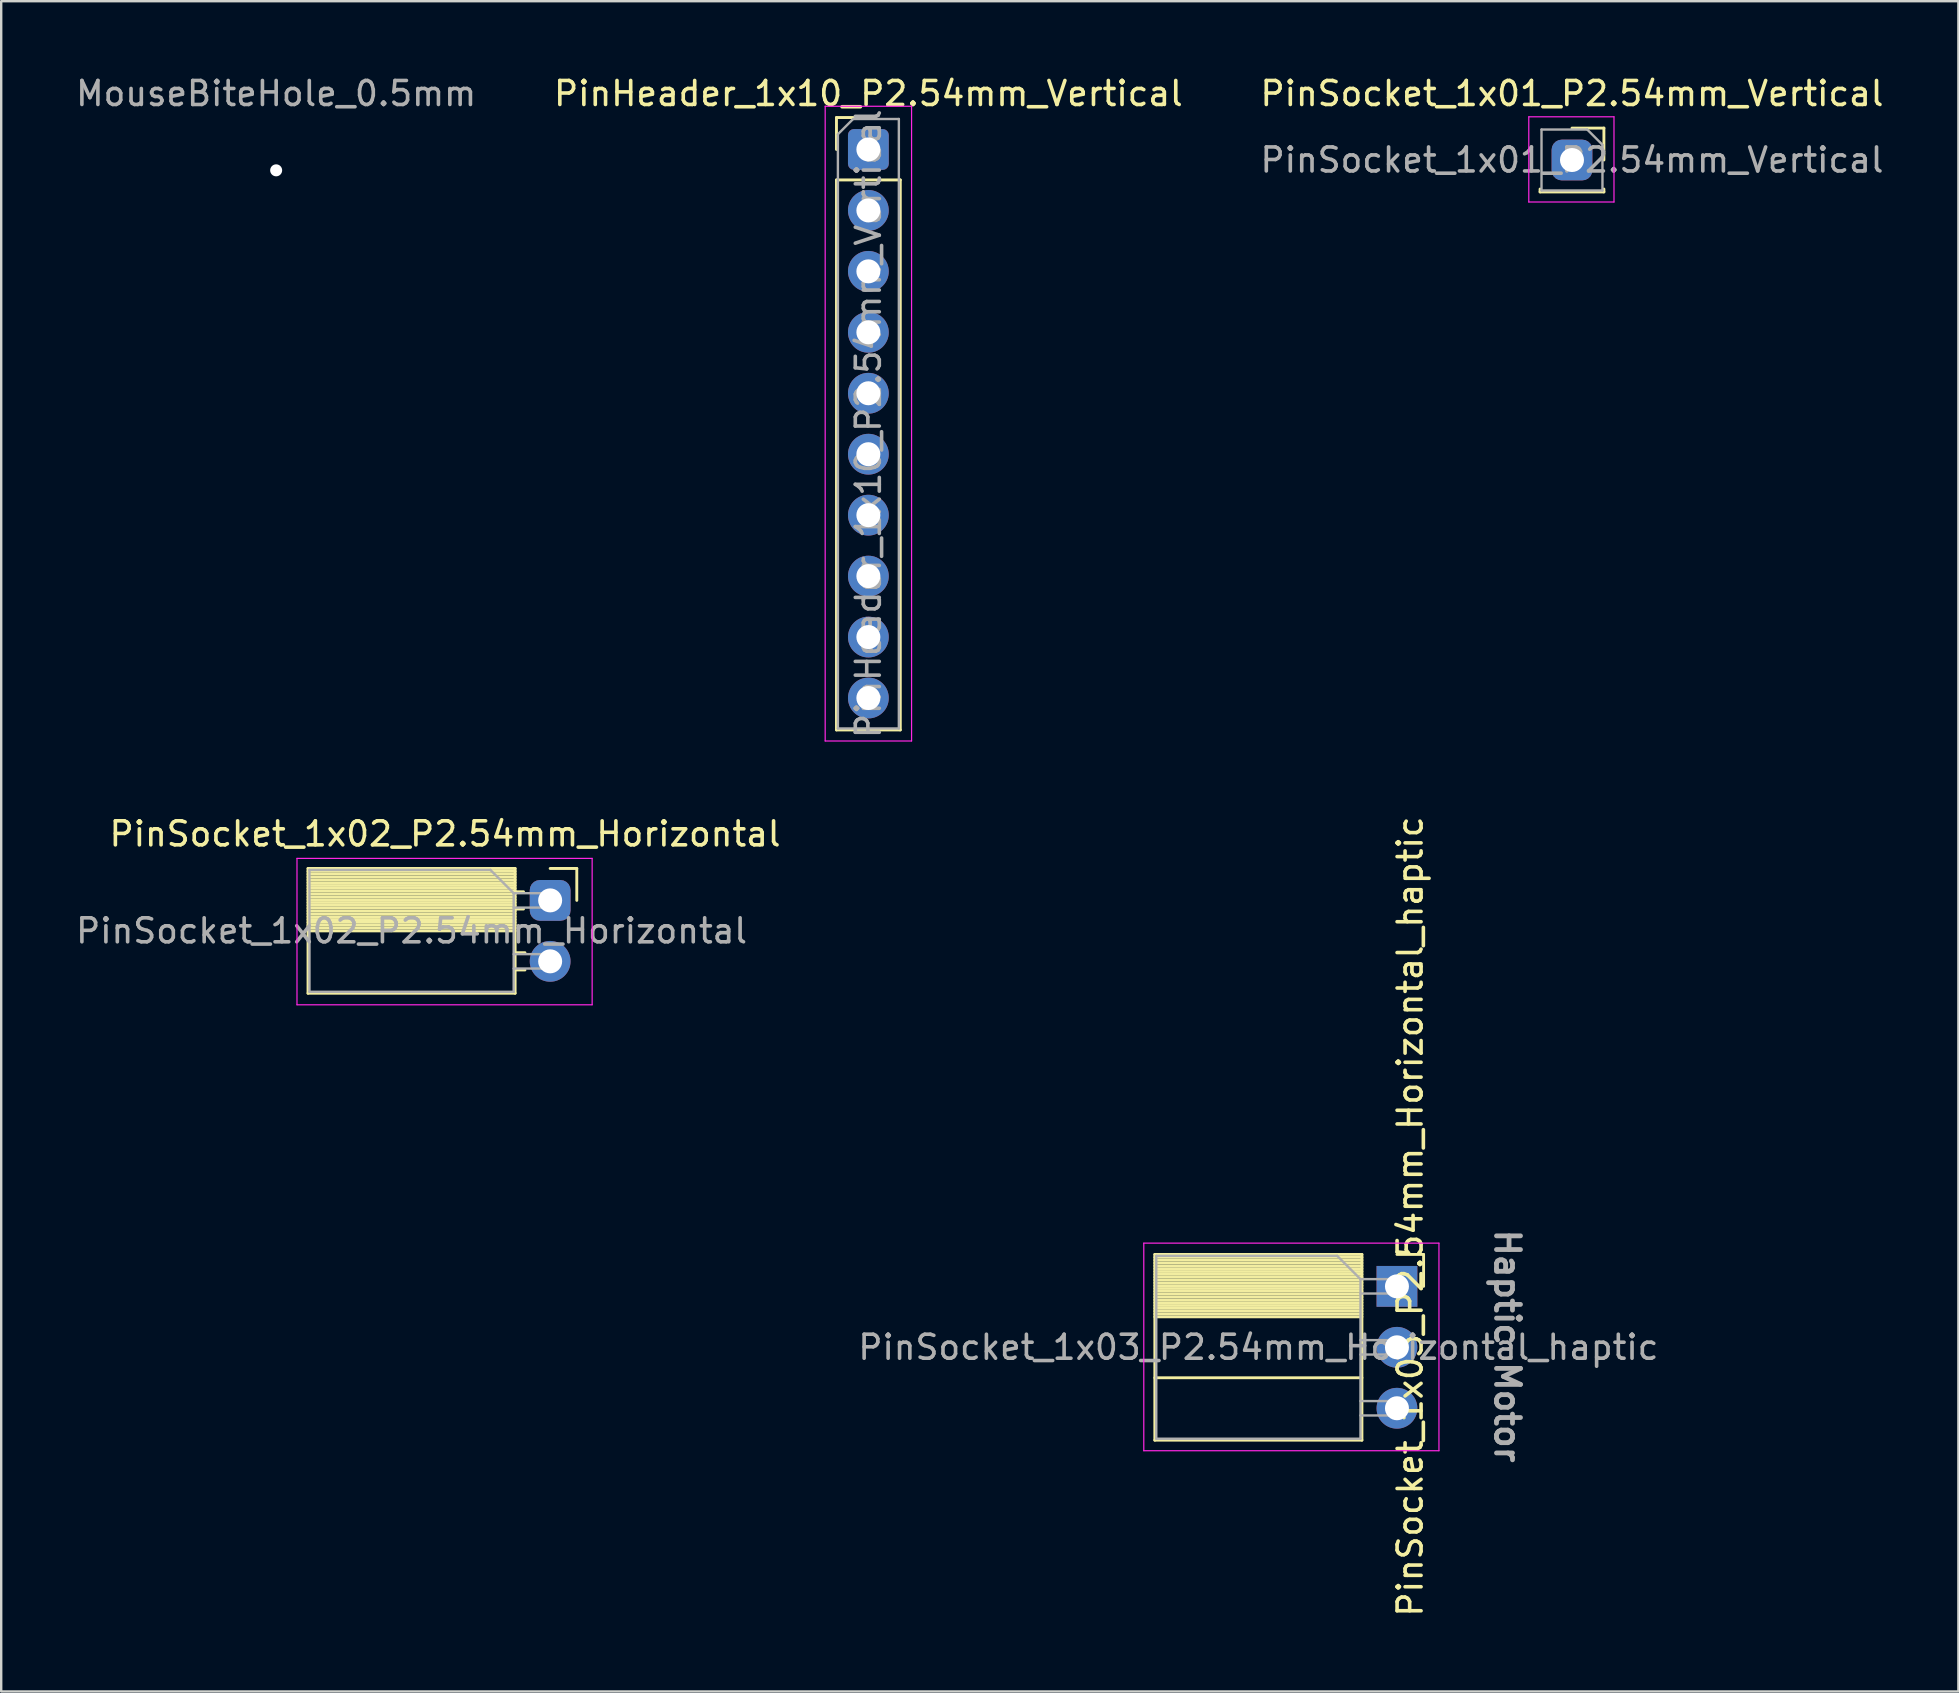
<source format=kicad_pcb>
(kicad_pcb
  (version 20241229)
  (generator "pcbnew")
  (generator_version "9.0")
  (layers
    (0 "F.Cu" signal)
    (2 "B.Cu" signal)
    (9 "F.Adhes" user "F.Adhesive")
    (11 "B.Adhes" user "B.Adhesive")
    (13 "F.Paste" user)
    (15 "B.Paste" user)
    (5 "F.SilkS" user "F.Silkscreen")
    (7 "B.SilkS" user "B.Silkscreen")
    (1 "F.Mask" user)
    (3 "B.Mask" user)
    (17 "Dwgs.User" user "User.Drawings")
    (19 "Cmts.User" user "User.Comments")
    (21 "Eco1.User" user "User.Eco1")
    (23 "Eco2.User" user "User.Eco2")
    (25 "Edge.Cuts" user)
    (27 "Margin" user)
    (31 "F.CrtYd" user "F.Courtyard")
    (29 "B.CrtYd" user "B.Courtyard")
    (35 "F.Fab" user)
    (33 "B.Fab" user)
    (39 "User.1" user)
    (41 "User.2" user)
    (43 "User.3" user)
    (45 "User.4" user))
  (footprint "PinHeader_1x10_P2.54mm_Vertical"
    (layer "F.Cu")
    (at 33.137 3.178)
    (property "Reference" "PinHeader_1x10_P2.54mm_Vertical" (at 0 -2.33 0) (unlocked yes) (layer "F.SilkS") (effects (font (size 1 1) (thickness 0.15))))
    (attr through_hole)
    (fp_line (start -1.33 -1.33) (end -1.33 0) (stroke (width 0.12) (type solid)) (layer "F.SilkS"))
    (fp_line (start -1.33 24.19) (end -1.33 1.27) (stroke (width 0.12) (type solid)) (layer "F.SilkS"))
    (fp_line (start 0 -1.33) (end -1.33 -1.33) (stroke (width 0.12) (type solid)) (layer "F.SilkS"))
    (fp_line (start 1.33 1.27) (end -1.33 1.27) (stroke (width 0.12) (type solid)) (layer "F.SilkS"))
    (fp_line (start 1.33 24.19) (end -1.33 24.19) (stroke (width 0.12) (type solid)) (layer "F.SilkS"))
    (fp_line (start 1.33 24.19) (end 1.33 1.27) (stroke (width 0.12) (type solid)) (layer "F.SilkS"))
    (fp_line (start -1.8 -1.8) (end 1.8 -1.8) (stroke (width 0.05) (type solid)) (layer "F.CrtYd"))
    (fp_line (start -1.8 24.65) (end -1.8 -1.8) (stroke (width 0.05) (type solid)) (layer "F.CrtYd"))
    (fp_line (start 1.8 -1.8) (end 1.8 24.65) (stroke (width 0.05) (type solid)) (layer "F.CrtYd"))
    (fp_line (start 1.8 24.65) (end -1.8 24.65) (stroke (width 0.05) (type solid)) (layer "F.CrtYd"))
    (fp_line (start -1.27 -0.635) (end -1.27 24.13) (stroke (width 0.1) (type solid)) (layer "F.Fab"))
    (fp_line (start -1.27 24.13) (end 1.27 24.13) (stroke (width 0.1) (type solid)) (layer "F.Fab"))
    (fp_line (start -0.635 -1.27) (end -1.27 -0.635) (stroke (width 0.1) (type solid)) (layer "F.Fab"))
    (fp_line (start 1.27 -1.27) (end -0.635 -1.27) (stroke (width 0.1) (type solid)) (layer "F.Fab"))
    (fp_line (start 1.27 24.13) (end 1.27 -1.27) (stroke (width 0.1) (type solid)) (layer "F.Fab"))
    (fp_text user "${REFERENCE}" (at 0 11.43 270) (layer "F.Fab") (effects (font (size 1 1) (thickness 0.15))))
    (pad "1" thru_hole roundrect (at 0 0 180) (size 1.7 1.7) (drill 1) (layers "*.Cu" "*.Mask") (roundrect_rratio 0.147))
    (pad "2" thru_hole oval (at 0 2.54 180) (size 1.7 1.7) (drill 1) (layers "*.Cu" "*.Mask"))
    (pad "3" thru_hole oval (at 0 5.08 180) (size 1.7 1.7) (drill 1) (layers "*.Cu" "*.Mask"))
    (pad "4" thru_hole oval (at 0 7.62 180) (size 1.7 1.7) (drill 1) (layers "*.Cu" "*.Mask"))
    (pad "5" thru_hole oval (at 0 10.16 180) (size 1.7 1.7) (drill 1) (layers "*.Cu" "*.Mask"))
    (pad "6" thru_hole oval (at 0 12.7 180) (size 1.7 1.7) (drill 1) (layers "*.Cu" "*.Mask"))
    (pad "7" thru_hole oval (at 0 15.24 180) (size 1.7 1.7) (drill 1) (layers "*.Cu" "*.Mask"))
    (pad "8" thru_hole oval (at 0 17.78 180) (size 1.7 1.7) (drill 1) (layers "*.Cu" "*.Mask"))
    (pad "9" thru_hole oval (at 0 20.32 180) (size 1.7 1.7) (drill 1) (layers "*.Cu" "*.Mask"))
    (pad "10" thru_hole oval (at 0 22.86 180) (size 1.7 1.7) (drill 1) (layers "*.Cu" "*.Mask")))
  (footprint "MouseBiteHole_0.5mm"
    (layer "F.Cu")
    (at 8.458 4.048)
    (property "Reference" "MouseBiteHole_0.5mm" (at 0 -3.2 0) (layer "F.Fab") (effects (font (size 1 1) (thickness 0.15))))
    (attr board_only exclude_from_pos_files exclude_from_bom allow_missing_courtyard)
    (pad "" np_thru_hole circle (at 0 0) (size 0.5 0.5) (drill 0.5) (layers "*.Cu" "*.Mask")))
  (footprint "PinSocket_1x03_P2.54mm_Horizontal_haptic"
    (layer "F.Cu")
    (at 55.164 50.555)
    (property "Reference" "PinSocket_1x03_P2.54mm_Horizontal_haptic" (at 0.55 -2.91 90) (layer "F.SilkS") (effects (font (size 1 1) (thickness 0.15))))
    (property "Field5" "Haptic Motor" (at 4.6 2.49 270) (unlocked yes) (layer "F.Fab") (effects (font (size 1 1) (thickness 0.2) (bold yes))))
    (attr through_hole)
    (fp_line (start -10.09 -1.33) (end -10.09 6.41) (stroke (width 0.12) (type solid)) (layer "F.SilkS"))
    (fp_line (start -10.09 -1.33) (end -1.46 -1.33) (stroke (width 0.12) (type solid)) (layer "F.SilkS"))
    (fp_line (start -10.09 -1.21) (end -1.46 -1.21) (stroke (width 0.12) (type solid)) (layer "F.SilkS"))
    (fp_line (start -10.09 -1.092) (end -1.46 -1.092) (stroke (width 0.12) (type solid)) (layer "F.SilkS"))
    (fp_line (start -10.09 -0.974) (end -1.46 -0.974) (stroke (width 0.12) (type solid)) (layer "F.SilkS"))
    (fp_line (start -10.09 -0.856) (end -1.46 -0.856) (stroke (width 0.12) (type solid)) (layer "F.SilkS"))
    (fp_line (start -10.09 -0.738) (end -1.46 -0.738) (stroke (width 0.12) (type solid)) (layer "F.SilkS"))
    (fp_line (start -10.09 -0.62) (end -1.46 -0.62) (stroke (width 0.12) (type solid)) (layer "F.SilkS"))
    (fp_line (start -10.09 -0.501) (end -1.46 -0.501) (stroke (width 0.12) (type solid)) (layer "F.SilkS"))
    (fp_line (start -10.09 -0.383) (end -1.46 -0.383) (stroke (width 0.12) (type solid)) (layer "F.SilkS"))
    (fp_line (start -10.09 -0.265) (end -1.46 -0.265) (stroke (width 0.12) (type solid)) (layer "F.SilkS"))
    (fp_line (start -10.09 -0.147) (end -1.46 -0.147) (stroke (width 0.12) (type solid)) (layer "F.SilkS"))
    (fp_line (start -10.09 -0.029) (end -1.46 -0.029) (stroke (width 0.12) (type solid)) (layer "F.SilkS"))
    (fp_line (start -10.09 0.089) (end -1.46 0.089) (stroke (width 0.12) (type solid)) (layer "F.SilkS"))
    (fp_line (start -10.09 0.207) (end -1.46 0.207) (stroke (width 0.12) (type solid)) (layer "F.SilkS"))
    (fp_line (start -10.09 0.325) (end -1.46 0.325) (stroke (width 0.12) (type solid)) (layer "F.SilkS"))
    (fp_line (start -10.09 0.443) (end -1.46 0.443) (stroke (width 0.12) (type solid)) (layer "F.SilkS"))
    (fp_line (start -10.09 0.561) (end -1.46 0.561) (stroke (width 0.12) (type solid)) (layer "F.SilkS"))
    (fp_line (start -10.09 0.68) (end -1.46 0.68) (stroke (width 0.12) (type solid)) (layer "F.SilkS"))
    (fp_line (start -10.09 0.798) (end -1.46 0.798) (stroke (width 0.12) (type solid)) (layer "F.SilkS"))
    (fp_line (start -10.09 0.916) (end -1.46 0.916) (stroke (width 0.12) (type solid)) (layer "F.SilkS"))
    (fp_line (start -10.09 1.034) (end -1.46 1.034) (stroke (width 0.12) (type solid)) (layer "F.SilkS"))
    (fp_line (start -10.09 1.152) (end -1.46 1.152) (stroke (width 0.12) (type solid)) (layer "F.SilkS"))
    (fp_line (start -10.09 1.27) (end -1.46 1.27) (stroke (width 0.12) (type solid)) (layer "F.SilkS"))
    (fp_line (start -10.09 3.81) (end -1.46 3.81) (stroke (width 0.12) (type solid)) (layer "F.SilkS"))
    (fp_line (start -10.09 6.41) (end -1.46 6.41) (stroke (width 0.12) (type solid)) (layer "F.SilkS"))
    (fp_line (start -1.46 -1.33) (end -1.46 6.41) (stroke (width 0.12) (type solid)) (layer "F.SilkS"))
    (fp_line (start 0 -1.33) (end 1.11 -1.33) (stroke (width 0.12) (type solid)) (layer "F.SilkS"))
    (fp_line (start 1.11 -1.33) (end 1.11 0) (stroke (width 0.12) (type solid)) (layer "F.SilkS"))
    (fp_line (start -10.55 -1.8) (end -10.55 6.85) (stroke (width 0.05) (type solid)) (layer "F.CrtYd"))
    (fp_line (start -10.55 6.85) (end 1.75 6.85) (stroke (width 0.05) (type solid)) (layer "F.CrtYd"))
    (fp_line (start 1.75 -1.8) (end -10.55 -1.8) (stroke (width 0.05) (type solid)) (layer "F.CrtYd"))
    (fp_line (start 1.75 6.85) (end 1.75 -1.8) (stroke (width 0.05) (type solid)) (layer "F.CrtYd"))
    (fp_line (start -10.03 -1.27) (end -2.49 -1.27) (stroke (width 0.1) (type solid)) (layer "F.Fab"))
    (fp_line (start -10.03 6.35) (end -10.03 -1.27) (stroke (width 0.1) (type solid)) (layer "F.Fab"))
    (fp_line (start -2.49 -1.27) (end -1.52 -0.3) (stroke (width 0.1) (type solid)) (layer "F.Fab"))
    (fp_line (start -1.52 -0.3) (end -1.52 6.35) (stroke (width 0.1) (type solid)) (layer "F.Fab"))
    (fp_line (start -1.52 0.3) (end 0 0.3) (stroke (width 0.1) (type solid)) (layer "F.Fab"))
    (fp_line (start -1.52 2.84) (end 0 2.84) (stroke (width 0.1) (type solid)) (layer "F.Fab"))
    (fp_line (start -1.52 5.38) (end 0 5.38) (stroke (width 0.1) (type solid)) (layer "F.Fab"))
    (fp_line (start -1.52 6.35) (end -10.03 6.35) (stroke (width 0.1) (type solid)) (layer "F.Fab"))
    (fp_line (start 0 -0.3) (end -1.52 -0.3) (stroke (width 0.1) (type solid)) (layer "F.Fab"))
    (fp_line (start 0 0.3) (end 0 -0.3) (stroke (width 0.1) (type solid)) (layer "F.Fab"))
    (fp_line (start 0 2.24) (end -1.52 2.24) (stroke (width 0.1) (type solid)) (layer "F.Fab"))
    (fp_line (start 0 2.84) (end 0 2.24) (stroke (width 0.1) (type solid)) (layer "F.Fab"))
    (fp_line (start 0 4.78) (end -1.52 4.78) (stroke (width 0.1) (type solid)) (layer "F.Fab"))
    (fp_line (start 0 5.38) (end 0 4.78) (stroke (width 0.1) (type solid)) (layer "F.Fab"))
    (fp_text user "${REFERENCE}" (at -5.775 2.54 0) (layer "F.Fab") (effects (font (size 1 1) (thickness 0.15))))
    (pad "1" thru_hole rect (at 0 0) (size 1.7 1.7) (drill 1) (layers "*.Cu" "*.Mask"))
    (pad "2" thru_hole circle (at 0 2.54) (size 1.7 1.7) (drill 1) (layers "*.Cu" "*.Mask"))
    (pad "3" thru_hole circle (at 0 5.08) (size 1.7 1.7) (drill 1) (layers "*.Cu" "*.Mask")))
  (footprint "PinSocket_1x02_P2.54mm_Horizontal"
    (layer "F.Cu")
    (at 19.876 34.471)
    (property "Reference" "PinSocket_1x02_P2.54mm_Horizontal" (at -4.38 -2.77 0) (layer "F.SilkS") (effects (font (size 1 1) (thickness 0.15))))
    (attr through_hole)
    (fp_line (start -10.09 -1.33) (end -10.09 3.87) (stroke (width 0.12) (type solid)) (layer "F.SilkS"))
    (fp_line (start -10.09 -1.33) (end -1.46 -1.33) (stroke (width 0.12) (type solid)) (layer "F.SilkS"))
    (fp_line (start -10.09 -1.21) (end -1.46 -1.21) (stroke (width 0.12) (type solid)) (layer "F.SilkS"))
    (fp_line (start -10.09 -1.092) (end -1.46 -1.092) (stroke (width 0.12) (type solid)) (layer "F.SilkS"))
    (fp_line (start -10.09 -0.974) (end -1.46 -0.974) (stroke (width 0.12) (type solid)) (layer "F.SilkS"))
    (fp_line (start -10.09 -0.856) (end -1.46 -0.856) (stroke (width 0.12) (type solid)) (layer "F.SilkS"))
    (fp_line (start -10.09 -0.738) (end -1.46 -0.738) (stroke (width 0.12) (type solid)) (layer "F.SilkS"))
    (fp_line (start -10.09 -0.62) (end -1.46 -0.62) (stroke (width 0.12) (type solid)) (layer "F.SilkS"))
    (fp_line (start -10.09 -0.501) (end -1.46 -0.501) (stroke (width 0.12) (type solid)) (layer "F.SilkS"))
    (fp_line (start -10.09 -0.383) (end -1.46 -0.383) (stroke (width 0.12) (type solid)) (layer "F.SilkS"))
    (fp_line (start -10.09 -0.265) (end -1.46 -0.265) (stroke (width 0.12) (type solid)) (layer "F.SilkS"))
    (fp_line (start -10.09 -0.147) (end -1.46 -0.147) (stroke (width 0.12) (type solid)) (layer "F.SilkS"))
    (fp_line (start -10.09 -0.029) (end -1.46 -0.029) (stroke (width 0.12) (type solid)) (layer "F.SilkS"))
    (fp_line (start -10.09 0.089) (end -1.46 0.089) (stroke (width 0.12) (type solid)) (layer "F.SilkS"))
    (fp_line (start -10.09 0.207) (end -1.46 0.207) (stroke (width 0.12) (type solid)) (layer "F.SilkS"))
    (fp_line (start -10.09 0.325) (end -1.46 0.325) (stroke (width 0.12) (type solid)) (layer "F.SilkS"))
    (fp_line (start -10.09 0.443) (end -1.46 0.443) (stroke (width 0.12) (type solid)) (layer "F.SilkS"))
    (fp_line (start -10.09 0.561) (end -1.46 0.561) (stroke (width 0.12) (type solid)) (layer "F.SilkS"))
    (fp_line (start -10.09 0.68) (end -1.46 0.68) (stroke (width 0.12) (type solid)) (layer "F.SilkS"))
    (fp_line (start -10.09 0.798) (end -1.46 0.798) (stroke (width 0.12) (type solid)) (layer "F.SilkS"))
    (fp_line (start -10.09 0.916) (end -1.46 0.916) (stroke (width 0.12) (type solid)) (layer "F.SilkS"))
    (fp_line (start -10.09 1.034) (end -1.46 1.034) (stroke (width 0.12) (type solid)) (layer "F.SilkS"))
    (fp_line (start -10.09 1.152) (end -1.46 1.152) (stroke (width 0.12) (type solid)) (layer "F.SilkS"))
    (fp_line (start -10.09 1.27) (end -1.46 1.27) (stroke (width 0.12) (type solid)) (layer "F.SilkS"))
    (fp_line (start -10.09 3.87) (end -1.46 3.87) (stroke (width 0.12) (type solid)) (layer "F.SilkS"))
    (fp_line (start -1.46 -1.33) (end -1.46 3.87) (stroke (width 0.12) (type solid)) (layer "F.SilkS"))
    (fp_line (start -1.46 -0.36) (end -1.11 -0.36) (stroke (width 0.12) (type solid)) (layer "F.SilkS"))
    (fp_line (start -1.46 0.36) (end -1.11 0.36) (stroke (width 0.12) (type solid)) (layer "F.SilkS"))
    (fp_line (start -1.46 2.18) (end -1.05 2.18) (stroke (width 0.12) (type solid)) (layer "F.SilkS"))
    (fp_line (start -1.46 2.9) (end -1.05 2.9) (stroke (width 0.12) (type solid)) (layer "F.SilkS"))
    (fp_line (start 0 -1.33) (end 1.11 -1.33) (stroke (width 0.12) (type solid)) (layer "F.SilkS"))
    (fp_line (start 1.11 -1.33) (end 1.11 0) (stroke (width 0.12) (type solid)) (layer "F.SilkS"))
    (fp_line (start -10.55 -1.75) (end -10.55 4.35) (stroke (width 0.05) (type solid)) (layer "F.CrtYd"))
    (fp_line (start -10.55 4.35) (end 1.75 4.35) (stroke (width 0.05) (type solid)) (layer "F.CrtYd"))
    (fp_line (start 1.75 -1.75) (end -10.55 -1.75) (stroke (width 0.05) (type solid)) (layer "F.CrtYd"))
    (fp_line (start 1.75 4.35) (end 1.75 -1.75) (stroke (width 0.05) (type solid)) (layer "F.CrtYd"))
    (fp_line (start -10.03 -1.27) (end -2.49 -1.27) (stroke (width 0.1) (type solid)) (layer "F.Fab"))
    (fp_line (start -10.03 3.81) (end -10.03 -1.27) (stroke (width 0.1) (type solid)) (layer "F.Fab"))
    (fp_line (start -2.49 -1.27) (end -1.52 -0.3) (stroke (width 0.1) (type solid)) (layer "F.Fab"))
    (fp_line (start -1.52 -0.3) (end -1.52 3.81) (stroke (width 0.1) (type solid)) (layer "F.Fab"))
    (fp_line (start -1.52 0.3) (end 0 0.3) (stroke (width 0.1) (type solid)) (layer "F.Fab"))
    (fp_line (start -1.52 2.84) (end 0 2.84) (stroke (width 0.1) (type solid)) (layer "F.Fab"))
    (fp_line (start -1.52 3.81) (end -10.03 3.81) (stroke (width 0.1) (type solid)) (layer "F.Fab"))
    (fp_line (start 0 -0.3) (end -1.52 -0.3) (stroke (width 0.1) (type solid)) (layer "F.Fab"))
    (fp_line (start 0 0.3) (end 0 -0.3) (stroke (width 0.1) (type solid)) (layer "F.Fab"))
    (fp_line (start 0 2.24) (end -1.52 2.24) (stroke (width 0.1) (type solid)) (layer "F.Fab"))
    (fp_line (start 0 2.84) (end 0 2.24) (stroke (width 0.1) (type solid)) (layer "F.Fab"))
    (fp_text user "${REFERENCE}" (at -5.775 1.27 0) (layer "F.Fab") (effects (font (size 1 1) (thickness 0.15))))
    (pad "1" thru_hole roundrect (at 0 0) (size 1.7 1.7) (drill 1) (layers "*.Cu" "*.Mask") (roundrect_rratio 0.25))
    (pad "2" thru_hole circle (at 0 2.54) (size 1.7 1.7) (drill 1) (layers "*.Cu" "*.Mask")))
  (footprint "PinSocket_1x01_P2.54mm_Vertical"
    (layer "F.Cu")
    (at 62.458 3.618)
    (property "Reference" "PinSocket_1x01_P2.54mm_Vertical" (at 0 -2.77 0) (layer "F.SilkS") (effects (font (size 1 1) (thickness 0.15))))
    (attr through_hole)
    (fp_line (start -1.33 1.21) (end -1.33 1.33) (stroke (width 0.12) (type solid)) (layer "F.SilkS"))
    (fp_line (start -1.33 1.33) (end 1.33 1.33) (stroke (width 0.12) (type solid)) (layer "F.SilkS"))
    (fp_line (start 0 -1.33) (end 1.33 -1.33) (stroke (width 0.12) (type solid)) (layer "F.SilkS"))
    (fp_line (start 1.33 -1.33) (end 1.33 0) (stroke (width 0.12) (type solid)) (layer "F.SilkS"))
    (fp_line (start 1.33 1.21) (end 1.33 1.33) (stroke (width 0.12) (type solid)) (layer "F.SilkS"))
    (fp_line (start -1.8 -1.8) (end 1.75 -1.8) (stroke (width 0.05) (type solid)) (layer "F.CrtYd"))
    (fp_line (start -1.8 1.75) (end -1.8 -1.8) (stroke (width 0.05) (type solid)) (layer "F.CrtYd"))
    (fp_line (start 1.75 -1.8) (end 1.75 1.75) (stroke (width 0.05) (type solid)) (layer "F.CrtYd"))
    (fp_line (start 1.75 1.75) (end -1.8 1.75) (stroke (width 0.05) (type solid)) (layer "F.CrtYd"))
    (fp_line (start -1.27 -1.27) (end 0.635 -1.27) (stroke (width 0.1) (type solid)) (layer "F.Fab"))
    (fp_line (start -1.27 1.27) (end -1.27 -1.27) (stroke (width 0.1) (type solid)) (layer "F.Fab"))
    (fp_line (start 0.635 -1.27) (end 1.27 -0.635) (stroke (width 0.1) (type solid)) (layer "F.Fab"))
    (fp_line (start 1.27 -0.635) (end 1.27 1.27) (stroke (width 0.1) (type solid)) (layer "F.Fab"))
    (fp_line (start 1.27 1.27) (end -1.27 1.27) (stroke (width 0.1) (type solid)) (layer "F.Fab"))
    (fp_text user "${REFERENCE}" (at 0 0 0) (layer "F.Fab") (effects (font (size 1 1) (thickness 0.15))))
    (pad "1" thru_hole roundrect (at 0 0) (size 1.7 1.7) (drill 1) (layers "*.Cu" "*.Mask") (roundrect_rratio 0.25)))
  (gr_rect
    (start -3 -3)
    (end 78.56 67.437)
    (stroke (width 0.1) (type default))
    (fill no)
    (layer "Edge.Cuts")))
</source>
